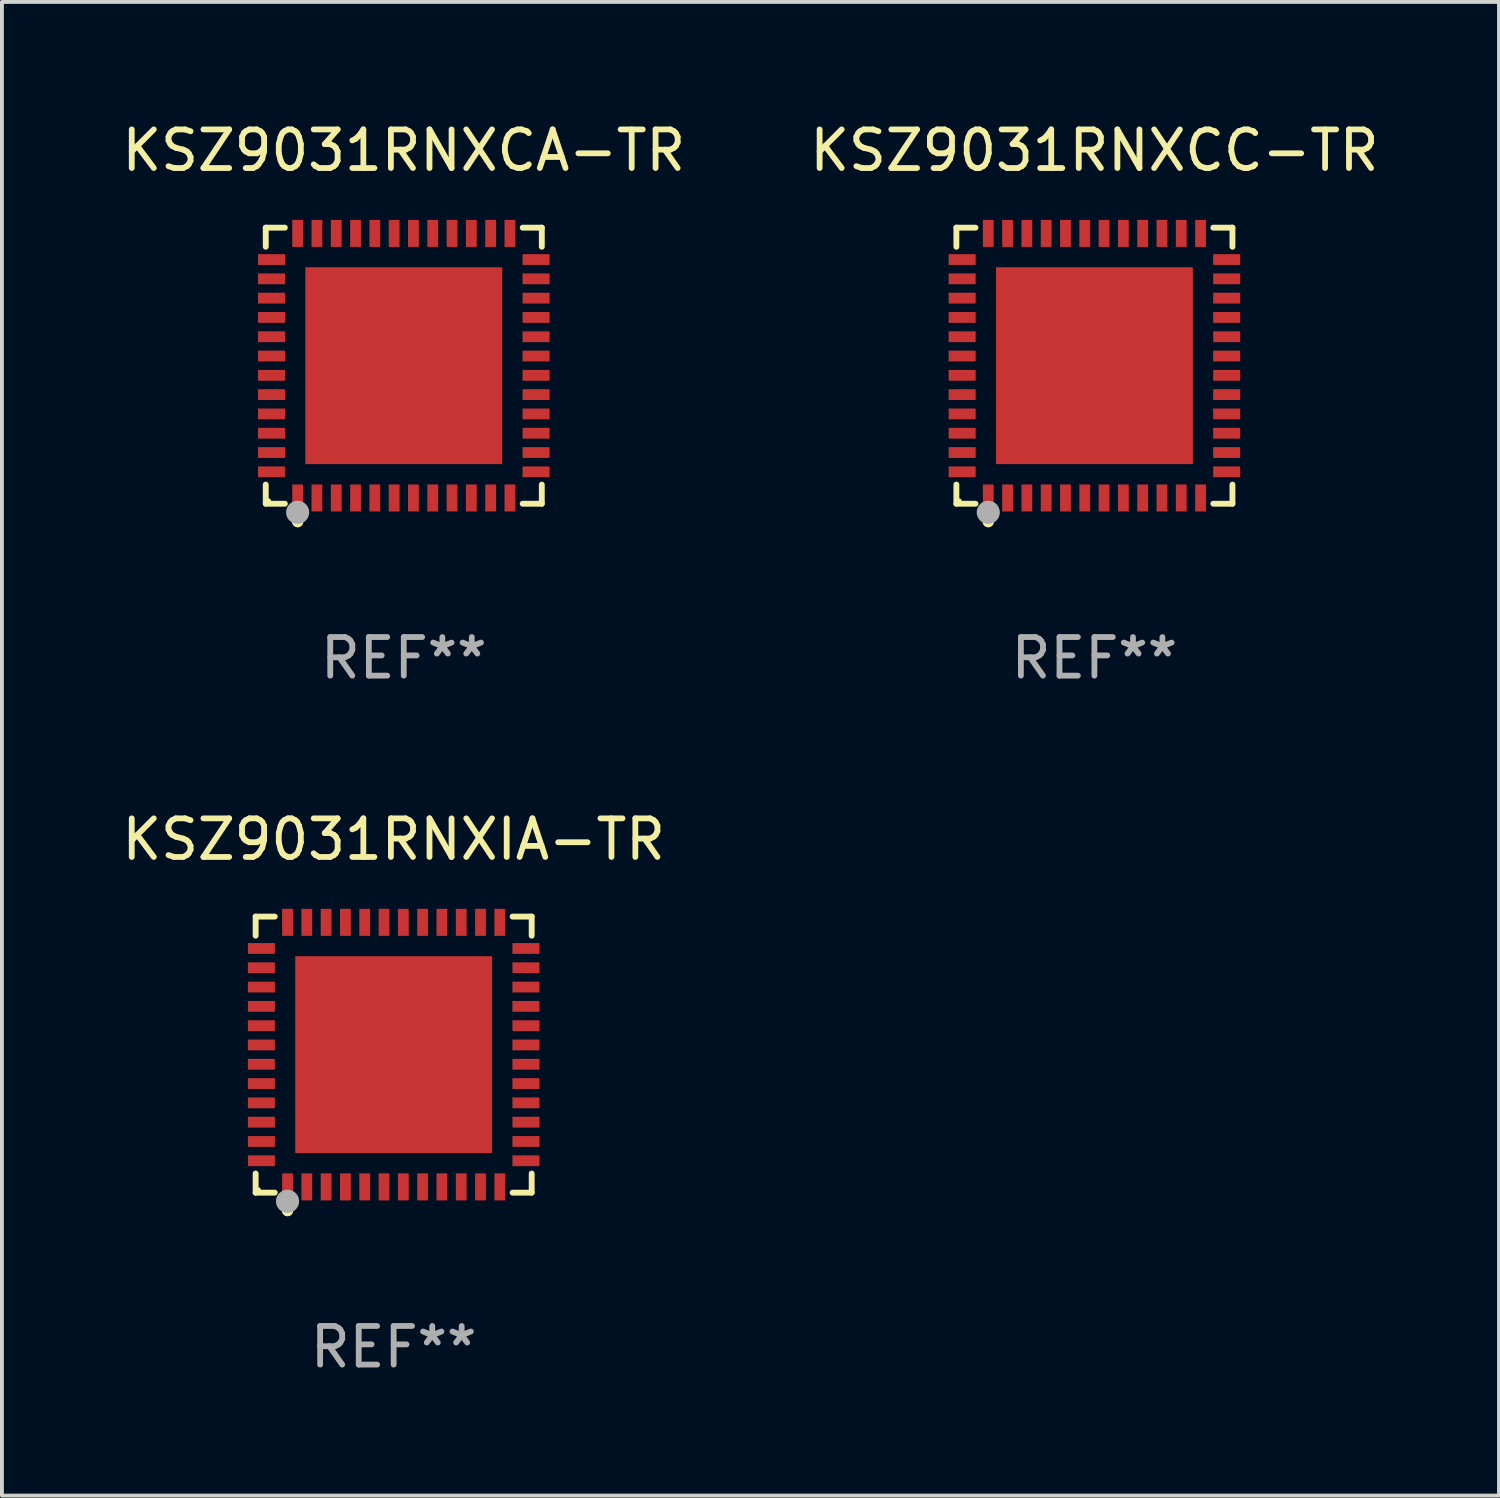
<source format=kicad_pcb>
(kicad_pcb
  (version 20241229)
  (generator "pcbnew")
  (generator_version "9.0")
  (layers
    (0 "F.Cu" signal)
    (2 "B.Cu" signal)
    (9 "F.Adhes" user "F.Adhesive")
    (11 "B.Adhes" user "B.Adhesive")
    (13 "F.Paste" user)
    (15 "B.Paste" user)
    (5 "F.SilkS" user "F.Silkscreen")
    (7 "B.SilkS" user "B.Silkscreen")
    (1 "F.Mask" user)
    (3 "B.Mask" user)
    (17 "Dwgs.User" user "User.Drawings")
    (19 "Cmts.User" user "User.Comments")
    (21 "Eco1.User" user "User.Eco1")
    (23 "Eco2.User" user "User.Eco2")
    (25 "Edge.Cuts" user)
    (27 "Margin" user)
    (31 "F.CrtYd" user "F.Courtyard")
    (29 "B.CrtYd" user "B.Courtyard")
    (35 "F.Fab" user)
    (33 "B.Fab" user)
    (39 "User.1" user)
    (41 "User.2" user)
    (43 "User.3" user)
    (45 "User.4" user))
  (footprint "KSZ9031RNXCA-TR"
    (layer "F.Cu")
    (at 7.411 6.424)
    (property "Reference" "KSZ9031RNXCA-TR" (at 0 -5.576 0) (layer "F.SilkS") (effects (font (size 1 1) (thickness 0.15))))
    (attr through_hole)
    (fp_line (start -3.576 -3.576) (end -3.081 -3.576) (stroke (width 0.152) (type solid)) (layer "F.SilkS"))
    (fp_line (start -3.576 -3.081) (end -3.576 -3.576) (stroke (width 0.152) (type solid)) (layer "F.SilkS"))
    (fp_line (start -3.576 3.081) (end -3.576 3.576) (stroke (width 0.152) (type solid)) (layer "F.SilkS"))
    (fp_line (start -3.576 3.576) (end -3.081 3.576) (stroke (width 0.152) (type solid)) (layer "F.SilkS"))
    (fp_line (start 3.576 -3.576) (end 3.081 -3.576) (stroke (width 0.152) (type solid)) (layer "F.SilkS"))
    (fp_line (start 3.576 -3.081) (end 3.576 -3.576) (stroke (width 0.152) (type solid)) (layer "F.SilkS"))
    (fp_line (start 3.576 3.081) (end 3.576 3.576) (stroke (width 0.152) (type solid)) (layer "F.SilkS"))
    (fp_line (start 3.576 3.576) (end 3.081 3.576) (stroke (width 0.152) (type solid)) (layer "F.SilkS"))
    (fp_circle (center -3.5 3.5) (end -3.47 3.5) (stroke (width 0.06) (type solid)) (fill no) (layer "F.SilkS"))
    (fp_circle (center -2.75 4.04) (end -2.675 4.04) (stroke (width 0.15) (type solid)) (fill no) (layer "F.SilkS"))
    (fp_circle (center -2.75 3.8) (end -2.6 3.8) (stroke (width 0.3) (type solid)) (fill no) (layer "F.Fab"))
    (fp_text user "REF**" (at 0 7.576 0) (layer "F.Fab") (effects (font (size 1 1) (thickness 0.15))))
    (pad "1" smd rect (at -2.75 3.427) (size 0.28 0.7) (layers "F.Cu" "F.Mask" "F.Paste"))
    (pad "2" smd rect (at -2.25 3.427) (size 0.28 0.7) (layers "F.Cu" "F.Mask" "F.Paste"))
    (pad "3" smd rect (at -1.75 3.427) (size 0.28 0.7) (layers "F.Cu" "F.Mask" "F.Paste"))
    (pad "4" smd rect (at -1.25 3.427) (size 0.28 0.7) (layers "F.Cu" "F.Mask" "F.Paste"))
    (pad "5" smd rect (at -0.75 3.427) (size 0.28 0.7) (layers "F.Cu" "F.Mask" "F.Paste"))
    (pad "6" smd rect (at -0.25 3.427) (size 0.28 0.7) (layers "F.Cu" "F.Mask" "F.Paste"))
    (pad "7" smd rect (at 0.25 3.427) (size 0.28 0.7) (layers "F.Cu" "F.Mask" "F.Paste"))
    (pad "8" smd rect (at 0.75 3.427) (size 0.28 0.7) (layers "F.Cu" "F.Mask" "F.Paste"))
    (pad "9" smd rect (at 1.25 3.427) (size 0.28 0.7) (layers "F.Cu" "F.Mask" "F.Paste"))
    (pad "10" smd rect (at 1.75 3.427) (size 0.28 0.7) (layers "F.Cu" "F.Mask" "F.Paste"))
    (pad "11" smd rect (at 2.25 3.427) (size 0.28 0.7) (layers "F.Cu" "F.Mask" "F.Paste"))
    (pad "12" smd rect (at 2.75 3.427) (size 0.28 0.7) (layers "F.Cu" "F.Mask" "F.Paste"))
    (pad "13" smd rect (at 3.427 2.75) (size 0.7 0.28) (layers "F.Cu" "F.Mask" "F.Paste"))
    (pad "14" smd rect (at 3.427 2.25) (size 0.7 0.28) (layers "F.Cu" "F.Mask" "F.Paste"))
    (pad "15" smd rect (at 3.427 1.75) (size 0.7 0.28) (layers "F.Cu" "F.Mask" "F.Paste"))
    (pad "16" smd rect (at 3.427 1.25) (size 0.7 0.28) (layers "F.Cu" "F.Mask" "F.Paste"))
    (pad "17" smd rect (at 3.427 0.75) (size 0.7 0.28) (layers "F.Cu" "F.Mask" "F.Paste"))
    (pad "18" smd rect (at 3.427 0.25) (size 0.7 0.28) (layers "F.Cu" "F.Mask" "F.Paste"))
    (pad "19" smd rect (at 3.427 -0.25) (size 0.7 0.28) (layers "F.Cu" "F.Mask" "F.Paste"))
    (pad "20" smd rect (at 3.427 -0.75) (size 0.7 0.28) (layers "F.Cu" "F.Mask" "F.Paste"))
    (pad "21" smd rect (at 3.427 -1.25) (size 0.7 0.28) (layers "F.Cu" "F.Mask" "F.Paste"))
    (pad "22" smd rect (at 3.427 -1.75) (size 0.7 0.28) (layers "F.Cu" "F.Mask" "F.Paste"))
    (pad "23" smd rect (at 3.427 -2.25) (size 0.7 0.28) (layers "F.Cu" "F.Mask" "F.Paste"))
    (pad "24" smd rect (at 3.427 -2.75) (size 0.7 0.28) (layers "F.Cu" "F.Mask" "F.Paste"))
    (pad "25" smd rect (at 2.75 -3.427) (size 0.28 0.7) (layers "F.Cu" "F.Mask" "F.Paste"))
    (pad "26" smd rect (at 2.25 -3.427) (size 0.28 0.7) (layers "F.Cu" "F.Mask" "F.Paste"))
    (pad "27" smd rect (at 1.75 -3.427) (size 0.28 0.7) (layers "F.Cu" "F.Mask" "F.Paste"))
    (pad "28" smd rect (at 1.25 -3.427) (size 0.28 0.7) (layers "F.Cu" "F.Mask" "F.Paste"))
    (pad "29" smd rect (at 0.75 -3.427) (size 0.28 0.7) (layers "F.Cu" "F.Mask" "F.Paste"))
    (pad "30" smd rect (at 0.25 -3.427) (size 0.28 0.7) (layers "F.Cu" "F.Mask" "F.Paste"))
    (pad "31" smd rect (at -0.25 -3.427) (size 0.28 0.7) (layers "F.Cu" "F.Mask" "F.Paste"))
    (pad "32" smd rect (at -0.75 -3.427) (size 0.28 0.7) (layers "F.Cu" "F.Mask" "F.Paste"))
    (pad "33" smd rect (at -1.25 -3.427) (size 0.28 0.7) (layers "F.Cu" "F.Mask" "F.Paste"))
    (pad "34" smd rect (at -1.75 -3.427) (size 0.28 0.7) (layers "F.Cu" "F.Mask" "F.Paste"))
    (pad "35" smd rect (at -2.25 -3.427) (size 0.28 0.7) (layers "F.Cu" "F.Mask" "F.Paste"))
    (pad "36" smd rect (at -2.75 -3.427) (size 0.28 0.7) (layers "F.Cu" "F.Mask" "F.Paste"))
    (pad "37" smd rect (at -3.427 -2.75) (size 0.7 0.28) (layers "F.Cu" "F.Mask" "F.Paste"))
    (pad "38" smd rect (at -3.427 -2.25) (size 0.7 0.28) (layers "F.Cu" "F.Mask" "F.Paste"))
    (pad "39" smd rect (at -3.427 -1.75) (size 0.7 0.28) (layers "F.Cu" "F.Mask" "F.Paste"))
    (pad "40" smd rect (at -3.427 -1.25) (size 0.7 0.28) (layers "F.Cu" "F.Mask" "F.Paste"))
    (pad "41" smd rect (at -3.427 -0.75) (size 0.7 0.28) (layers "F.Cu" "F.Mask" "F.Paste"))
    (pad "42" smd rect (at -3.427 -0.25) (size 0.7 0.28) (layers "F.Cu" "F.Mask" "F.Paste"))
    (pad "43" smd rect (at -3.427 0.25) (size 0.7 0.28) (layers "F.Cu" "F.Mask" "F.Paste"))
    (pad "44" smd rect (at -3.427 0.75) (size 0.7 0.28) (layers "F.Cu" "F.Mask" "F.Paste"))
    (pad "45" smd rect (at -3.427 1.25) (size 0.7 0.28) (layers "F.Cu" "F.Mask" "F.Paste"))
    (pad "46" smd rect (at -3.427 1.75) (size 0.7 0.28) (layers "F.Cu" "F.Mask" "F.Paste"))
    (pad "47" smd rect (at -3.427 2.25) (size 0.7 0.28) (layers "F.Cu" "F.Mask" "F.Paste"))
    (pad "48" smd rect (at -3.427 2.75) (size 0.7 0.28) (layers "F.Cu" "F.Mask" "F.Paste"))
    (pad "49" smd rect (at 0 0) (size 5.1 5.1) (layers "F.Cu" "F.Mask" "F.Paste")))
  (footprint "KSZ9031RNXCC-TR"
    (layer "F.Cu")
    (at 25.304 6.424)
    (property "Reference" "KSZ9031RNXCC-TR" (at 0 -5.576 0) (layer "F.SilkS") (effects (font (size 1 1) (thickness 0.15))))
    (attr through_hole)
    (fp_line (start -3.576 -3.576) (end -3.081 -3.576) (stroke (width 0.152) (type solid)) (layer "F.SilkS"))
    (fp_line (start -3.576 -3.081) (end -3.576 -3.576) (stroke (width 0.152) (type solid)) (layer "F.SilkS"))
    (fp_line (start -3.576 3.081) (end -3.576 3.576) (stroke (width 0.152) (type solid)) (layer "F.SilkS"))
    (fp_line (start -3.576 3.576) (end -3.081 3.576) (stroke (width 0.152) (type solid)) (layer "F.SilkS"))
    (fp_line (start 3.576 -3.576) (end 3.081 -3.576) (stroke (width 0.152) (type solid)) (layer "F.SilkS"))
    (fp_line (start 3.576 -3.081) (end 3.576 -3.576) (stroke (width 0.152) (type solid)) (layer "F.SilkS"))
    (fp_line (start 3.576 3.081) (end 3.576 3.576) (stroke (width 0.152) (type solid)) (layer "F.SilkS"))
    (fp_line (start 3.576 3.576) (end 3.081 3.576) (stroke (width 0.152) (type solid)) (layer "F.SilkS"))
    (fp_circle (center -3.5 3.5) (end -3.47 3.5) (stroke (width 0.06) (type solid)) (fill no) (layer "F.SilkS"))
    (fp_circle (center -2.75 4.04) (end -2.675 4.04) (stroke (width 0.15) (type solid)) (fill no) (layer "F.SilkS"))
    (fp_circle (center -2.75 3.8) (end -2.6 3.8) (stroke (width 0.3) (type solid)) (fill no) (layer "F.Fab"))
    (fp_text user "REF**" (at 0 7.576 0) (layer "F.Fab") (effects (font (size 1 1) (thickness 0.15))))
    (pad "1" smd rect (at -2.75 3.427) (size 0.28 0.7) (layers "F.Cu" "F.Mask" "F.Paste"))
    (pad "2" smd rect (at -2.25 3.427) (size 0.28 0.7) (layers "F.Cu" "F.Mask" "F.Paste"))
    (pad "3" smd rect (at -1.75 3.427) (size 0.28 0.7) (layers "F.Cu" "F.Mask" "F.Paste"))
    (pad "4" smd rect (at -1.25 3.427) (size 0.28 0.7) (layers "F.Cu" "F.Mask" "F.Paste"))
    (pad "5" smd rect (at -0.75 3.427) (size 0.28 0.7) (layers "F.Cu" "F.Mask" "F.Paste"))
    (pad "6" smd rect (at -0.25 3.427) (size 0.28 0.7) (layers "F.Cu" "F.Mask" "F.Paste"))
    (pad "7" smd rect (at 0.25 3.427) (size 0.28 0.7) (layers "F.Cu" "F.Mask" "F.Paste"))
    (pad "8" smd rect (at 0.75 3.427) (size 0.28 0.7) (layers "F.Cu" "F.Mask" "F.Paste"))
    (pad "9" smd rect (at 1.25 3.427) (size 0.28 0.7) (layers "F.Cu" "F.Mask" "F.Paste"))
    (pad "10" smd rect (at 1.75 3.427) (size 0.28 0.7) (layers "F.Cu" "F.Mask" "F.Paste"))
    (pad "11" smd rect (at 2.25 3.427) (size 0.28 0.7) (layers "F.Cu" "F.Mask" "F.Paste"))
    (pad "12" smd rect (at 2.75 3.427) (size 0.28 0.7) (layers "F.Cu" "F.Mask" "F.Paste"))
    (pad "13" smd rect (at 3.427 2.75) (size 0.7 0.28) (layers "F.Cu" "F.Mask" "F.Paste"))
    (pad "14" smd rect (at 3.427 2.25) (size 0.7 0.28) (layers "F.Cu" "F.Mask" "F.Paste"))
    (pad "15" smd rect (at 3.427 1.75) (size 0.7 0.28) (layers "F.Cu" "F.Mask" "F.Paste"))
    (pad "16" smd rect (at 3.427 1.25) (size 0.7 0.28) (layers "F.Cu" "F.Mask" "F.Paste"))
    (pad "17" smd rect (at 3.427 0.75) (size 0.7 0.28) (layers "F.Cu" "F.Mask" "F.Paste"))
    (pad "18" smd rect (at 3.427 0.25) (size 0.7 0.28) (layers "F.Cu" "F.Mask" "F.Paste"))
    (pad "19" smd rect (at 3.427 -0.25) (size 0.7 0.28) (layers "F.Cu" "F.Mask" "F.Paste"))
    (pad "20" smd rect (at 3.427 -0.75) (size 0.7 0.28) (layers "F.Cu" "F.Mask" "F.Paste"))
    (pad "21" smd rect (at 3.427 -1.25) (size 0.7 0.28) (layers "F.Cu" "F.Mask" "F.Paste"))
    (pad "22" smd rect (at 3.427 -1.75) (size 0.7 0.28) (layers "F.Cu" "F.Mask" "F.Paste"))
    (pad "23" smd rect (at 3.427 -2.25) (size 0.7 0.28) (layers "F.Cu" "F.Mask" "F.Paste"))
    (pad "24" smd rect (at 3.427 -2.75) (size 0.7 0.28) (layers "F.Cu" "F.Mask" "F.Paste"))
    (pad "25" smd rect (at 2.75 -3.427) (size 0.28 0.7) (layers "F.Cu" "F.Mask" "F.Paste"))
    (pad "26" smd rect (at 2.25 -3.427) (size 0.28 0.7) (layers "F.Cu" "F.Mask" "F.Paste"))
    (pad "27" smd rect (at 1.75 -3.427) (size 0.28 0.7) (layers "F.Cu" "F.Mask" "F.Paste"))
    (pad "28" smd rect (at 1.25 -3.427) (size 0.28 0.7) (layers "F.Cu" "F.Mask" "F.Paste"))
    (pad "29" smd rect (at 0.75 -3.427) (size 0.28 0.7) (layers "F.Cu" "F.Mask" "F.Paste"))
    (pad "30" smd rect (at 0.25 -3.427) (size 0.28 0.7) (layers "F.Cu" "F.Mask" "F.Paste"))
    (pad "31" smd rect (at -0.25 -3.427) (size 0.28 0.7) (layers "F.Cu" "F.Mask" "F.Paste"))
    (pad "32" smd rect (at -0.75 -3.427) (size 0.28 0.7) (layers "F.Cu" "F.Mask" "F.Paste"))
    (pad "33" smd rect (at -1.25 -3.427) (size 0.28 0.7) (layers "F.Cu" "F.Mask" "F.Paste"))
    (pad "34" smd rect (at -1.75 -3.427) (size 0.28 0.7) (layers "F.Cu" "F.Mask" "F.Paste"))
    (pad "35" smd rect (at -2.25 -3.427) (size 0.28 0.7) (layers "F.Cu" "F.Mask" "F.Paste"))
    (pad "36" smd rect (at -2.75 -3.427) (size 0.28 0.7) (layers "F.Cu" "F.Mask" "F.Paste"))
    (pad "37" smd rect (at -3.427 -2.75) (size 0.7 0.28) (layers "F.Cu" "F.Mask" "F.Paste"))
    (pad "38" smd rect (at -3.427 -2.25) (size 0.7 0.28) (layers "F.Cu" "F.Mask" "F.Paste"))
    (pad "39" smd rect (at -3.427 -1.75) (size 0.7 0.28) (layers "F.Cu" "F.Mask" "F.Paste"))
    (pad "40" smd rect (at -3.427 -1.25) (size 0.7 0.28) (layers "F.Cu" "F.Mask" "F.Paste"))
    (pad "41" smd rect (at -3.427 -0.75) (size 0.7 0.28) (layers "F.Cu" "F.Mask" "F.Paste"))
    (pad "42" smd rect (at -3.427 -0.25) (size 0.7 0.28) (layers "F.Cu" "F.Mask" "F.Paste"))
    (pad "43" smd rect (at -3.427 0.25) (size 0.7 0.28) (layers "F.Cu" "F.Mask" "F.Paste"))
    (pad "44" smd rect (at -3.427 0.75) (size 0.7 0.28) (layers "F.Cu" "F.Mask" "F.Paste"))
    (pad "45" smd rect (at -3.427 1.25) (size 0.7 0.28) (layers "F.Cu" "F.Mask" "F.Paste"))
    (pad "46" smd rect (at -3.427 1.75) (size 0.7 0.28) (layers "F.Cu" "F.Mask" "F.Paste"))
    (pad "47" smd rect (at -3.427 2.25) (size 0.7 0.28) (layers "F.Cu" "F.Mask" "F.Paste"))
    (pad "48" smd rect (at -3.427 2.75) (size 0.7 0.28) (layers "F.Cu" "F.Mask" "F.Paste"))
    (pad "49" smd rect (at 0 0) (size 5.1 5.1) (layers "F.Cu" "F.Mask" "F.Paste")))
  (footprint "KSZ9031RNXIA-TR"
    (layer "F.Cu")
    (at 7.149 24.273)
    (property "Reference" "KSZ9031RNXIA-TR" (at 0 -5.576 0) (layer "F.SilkS") (effects (font (size 1 1) (thickness 0.15))))
    (attr through_hole)
    (fp_line (start -3.576 -3.576) (end -3.081 -3.576) (stroke (width 0.152) (type solid)) (layer "F.SilkS"))
    (fp_line (start -3.576 -3.081) (end -3.576 -3.576) (stroke (width 0.152) (type solid)) (layer "F.SilkS"))
    (fp_line (start -3.576 3.081) (end -3.576 3.576) (stroke (width 0.152) (type solid)) (layer "F.SilkS"))
    (fp_line (start -3.576 3.576) (end -3.081 3.576) (stroke (width 0.152) (type solid)) (layer "F.SilkS"))
    (fp_line (start 3.576 -3.576) (end 3.081 -3.576) (stroke (width 0.152) (type solid)) (layer "F.SilkS"))
    (fp_line (start 3.576 -3.081) (end 3.576 -3.576) (stroke (width 0.152) (type solid)) (layer "F.SilkS"))
    (fp_line (start 3.576 3.081) (end 3.576 3.576) (stroke (width 0.152) (type solid)) (layer "F.SilkS"))
    (fp_line (start 3.576 3.576) (end 3.081 3.576) (stroke (width 0.152) (type solid)) (layer "F.SilkS"))
    (fp_circle (center -3.5 3.5) (end -3.47 3.5) (stroke (width 0.06) (type solid)) (fill no) (layer "F.SilkS"))
    (fp_circle (center -2.75 4.04) (end -2.675 4.04) (stroke (width 0.15) (type solid)) (fill no) (layer "F.SilkS"))
    (fp_circle (center -2.75 3.8) (end -2.6 3.8) (stroke (width 0.3) (type solid)) (fill no) (layer "F.Fab"))
    (fp_text user "REF**" (at 0 7.576 0) (layer "F.Fab") (effects (font (size 1 1) (thickness 0.15))))
    (pad "1" smd rect (at -2.75 3.427) (size 0.28 0.7) (layers "F.Cu" "F.Mask" "F.Paste"))
    (pad "2" smd rect (at -2.25 3.427) (size 0.28 0.7) (layers "F.Cu" "F.Mask" "F.Paste"))
    (pad "3" smd rect (at -1.75 3.427) (size 0.28 0.7) (layers "F.Cu" "F.Mask" "F.Paste"))
    (pad "4" smd rect (at -1.25 3.427) (size 0.28 0.7) (layers "F.Cu" "F.Mask" "F.Paste"))
    (pad "5" smd rect (at -0.75 3.427) (size 0.28 0.7) (layers "F.Cu" "F.Mask" "F.Paste"))
    (pad "6" smd rect (at -0.25 3.427) (size 0.28 0.7) (layers "F.Cu" "F.Mask" "F.Paste"))
    (pad "7" smd rect (at 0.25 3.427) (size 0.28 0.7) (layers "F.Cu" "F.Mask" "F.Paste"))
    (pad "8" smd rect (at 0.75 3.427) (size 0.28 0.7) (layers "F.Cu" "F.Mask" "F.Paste"))
    (pad "9" smd rect (at 1.25 3.427) (size 0.28 0.7) (layers "F.Cu" "F.Mask" "F.Paste"))
    (pad "10" smd rect (at 1.75 3.427) (size 0.28 0.7) (layers "F.Cu" "F.Mask" "F.Paste"))
    (pad "11" smd rect (at 2.25 3.427) (size 0.28 0.7) (layers "F.Cu" "F.Mask" "F.Paste"))
    (pad "12" smd rect (at 2.75 3.427) (size 0.28 0.7) (layers "F.Cu" "F.Mask" "F.Paste"))
    (pad "13" smd rect (at 3.427 2.75) (size 0.7 0.28) (layers "F.Cu" "F.Mask" "F.Paste"))
    (pad "14" smd rect (at 3.427 2.25) (size 0.7 0.28) (layers "F.Cu" "F.Mask" "F.Paste"))
    (pad "15" smd rect (at 3.427 1.75) (size 0.7 0.28) (layers "F.Cu" "F.Mask" "F.Paste"))
    (pad "16" smd rect (at 3.427 1.25) (size 0.7 0.28) (layers "F.Cu" "F.Mask" "F.Paste"))
    (pad "17" smd rect (at 3.427 0.75) (size 0.7 0.28) (layers "F.Cu" "F.Mask" "F.Paste"))
    (pad "18" smd rect (at 3.427 0.25) (size 0.7 0.28) (layers "F.Cu" "F.Mask" "F.Paste"))
    (pad "19" smd rect (at 3.427 -0.25) (size 0.7 0.28) (layers "F.Cu" "F.Mask" "F.Paste"))
    (pad "20" smd rect (at 3.427 -0.75) (size 0.7 0.28) (layers "F.Cu" "F.Mask" "F.Paste"))
    (pad "21" smd rect (at 3.427 -1.25) (size 0.7 0.28) (layers "F.Cu" "F.Mask" "F.Paste"))
    (pad "22" smd rect (at 3.427 -1.75) (size 0.7 0.28) (layers "F.Cu" "F.Mask" "F.Paste"))
    (pad "23" smd rect (at 3.427 -2.25) (size 0.7 0.28) (layers "F.Cu" "F.Mask" "F.Paste"))
    (pad "24" smd rect (at 3.427 -2.75) (size 0.7 0.28) (layers "F.Cu" "F.Mask" "F.Paste"))
    (pad "25" smd rect (at 2.75 -3.427) (size 0.28 0.7) (layers "F.Cu" "F.Mask" "F.Paste"))
    (pad "26" smd rect (at 2.25 -3.427) (size 0.28 0.7) (layers "F.Cu" "F.Mask" "F.Paste"))
    (pad "27" smd rect (at 1.75 -3.427) (size 0.28 0.7) (layers "F.Cu" "F.Mask" "F.Paste"))
    (pad "28" smd rect (at 1.25 -3.427) (size 0.28 0.7) (layers "F.Cu" "F.Mask" "F.Paste"))
    (pad "29" smd rect (at 0.75 -3.427) (size 0.28 0.7) (layers "F.Cu" "F.Mask" "F.Paste"))
    (pad "30" smd rect (at 0.25 -3.427) (size 0.28 0.7) (layers "F.Cu" "F.Mask" "F.Paste"))
    (pad "31" smd rect (at -0.25 -3.427) (size 0.28 0.7) (layers "F.Cu" "F.Mask" "F.Paste"))
    (pad "32" smd rect (at -0.75 -3.427) (size 0.28 0.7) (layers "F.Cu" "F.Mask" "F.Paste"))
    (pad "33" smd rect (at -1.25 -3.427) (size 0.28 0.7) (layers "F.Cu" "F.Mask" "F.Paste"))
    (pad "34" smd rect (at -1.75 -3.427) (size 0.28 0.7) (layers "F.Cu" "F.Mask" "F.Paste"))
    (pad "35" smd rect (at -2.25 -3.427) (size 0.28 0.7) (layers "F.Cu" "F.Mask" "F.Paste"))
    (pad "36" smd rect (at -2.75 -3.427) (size 0.28 0.7) (layers "F.Cu" "F.Mask" "F.Paste"))
    (pad "37" smd rect (at -3.427 -2.75) (size 0.7 0.28) (layers "F.Cu" "F.Mask" "F.Paste"))
    (pad "38" smd rect (at -3.427 -2.25) (size 0.7 0.28) (layers "F.Cu" "F.Mask" "F.Paste"))
    (pad "39" smd rect (at -3.427 -1.75) (size 0.7 0.28) (layers "F.Cu" "F.Mask" "F.Paste"))
    (pad "40" smd rect (at -3.427 -1.25) (size 0.7 0.28) (layers "F.Cu" "F.Mask" "F.Paste"))
    (pad "41" smd rect (at -3.427 -0.75) (size 0.7 0.28) (layers "F.Cu" "F.Mask" "F.Paste"))
    (pad "42" smd rect (at -3.427 -0.25) (size 0.7 0.28) (layers "F.Cu" "F.Mask" "F.Paste"))
    (pad "43" smd rect (at -3.427 0.25) (size 0.7 0.28) (layers "F.Cu" "F.Mask" "F.Paste"))
    (pad "44" smd rect (at -3.427 0.75) (size 0.7 0.28) (layers "F.Cu" "F.Mask" "F.Paste"))
    (pad "45" smd rect (at -3.427 1.25) (size 0.7 0.28) (layers "F.Cu" "F.Mask" "F.Paste"))
    (pad "46" smd rect (at -3.427 1.75) (size 0.7 0.28) (layers "F.Cu" "F.Mask" "F.Paste"))
    (pad "47" smd rect (at -3.427 2.25) (size 0.7 0.28) (layers "F.Cu" "F.Mask" "F.Paste"))
    (pad "48" smd rect (at -3.427 2.75) (size 0.7 0.28) (layers "F.Cu" "F.Mask" "F.Paste"))
    (pad "49" smd rect (at 0 0) (size 5.1 5.1) (layers "F.Cu" "F.Mask" "F.Paste")))
  (gr_rect
    (start -3 -3)
    (end 35.786 35.698)
    (stroke (width 0.1) (type default))
    (fill no)
    (layer "Edge.Cuts")))
</source>
